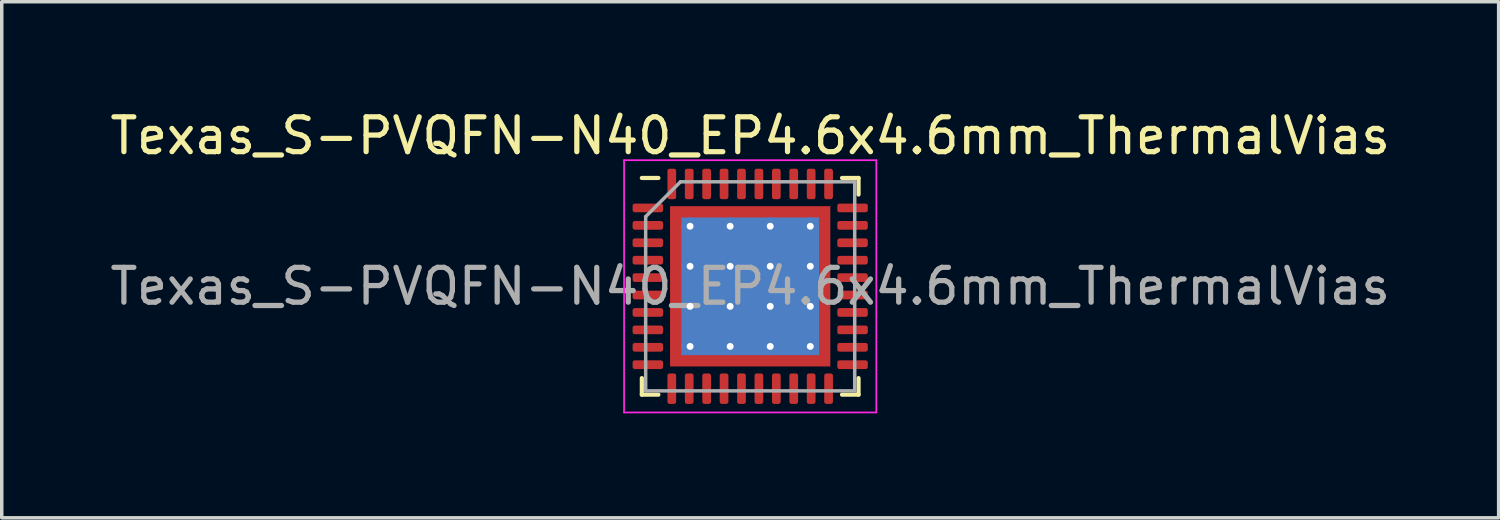
<source format=kicad_pcb>
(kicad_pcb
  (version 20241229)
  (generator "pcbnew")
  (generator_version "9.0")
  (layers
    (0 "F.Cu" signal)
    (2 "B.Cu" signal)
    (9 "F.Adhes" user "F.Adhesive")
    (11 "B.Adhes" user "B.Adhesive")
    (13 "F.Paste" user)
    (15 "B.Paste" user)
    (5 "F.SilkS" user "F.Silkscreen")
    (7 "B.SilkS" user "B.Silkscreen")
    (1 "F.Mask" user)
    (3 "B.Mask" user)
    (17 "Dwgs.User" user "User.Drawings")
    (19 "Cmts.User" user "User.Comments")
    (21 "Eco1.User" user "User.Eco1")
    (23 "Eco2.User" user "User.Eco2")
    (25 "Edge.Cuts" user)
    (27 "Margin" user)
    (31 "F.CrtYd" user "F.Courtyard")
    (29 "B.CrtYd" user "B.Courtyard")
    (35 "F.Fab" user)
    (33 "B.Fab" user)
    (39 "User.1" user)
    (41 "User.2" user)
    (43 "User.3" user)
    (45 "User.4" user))
  (footprint "Texas_S-PVQFN-N40_EP4.6x4.6mm_ThermalVias"
    (layer "F.Cu")
    (at 18.482 5.168)
    (property "Reference" "Texas_S-PVQFN-N40_EP4.6x4.6mm_ThermalVias" (at 0 -4.32 0) (layer "F.SilkS") (effects (font (size 1 1) (thickness 0.15))))
    (attr smd)
    (fp_line (start -3.11 3.11) (end -3.11 2.635) (stroke (width 0.12) (type solid)) (layer "F.SilkS"))
    (fp_line (start -2.635 -3.11) (end -3.11 -3.11) (stroke (width 0.12) (type solid)) (layer "F.SilkS"))
    (fp_line (start -2.635 3.11) (end -3.11 3.11) (stroke (width 0.12) (type solid)) (layer "F.SilkS"))
    (fp_line (start 2.635 -3.11) (end 3.11 -3.11) (stroke (width 0.12) (type solid)) (layer "F.SilkS"))
    (fp_line (start 2.635 3.11) (end 3.11 3.11) (stroke (width 0.12) (type solid)) (layer "F.SilkS"))
    (fp_line (start 3.11 -3.11) (end 3.11 -2.635) (stroke (width 0.12) (type solid)) (layer "F.SilkS"))
    (fp_line (start 3.11 3.11) (end 3.11 2.635) (stroke (width 0.12) (type solid)) (layer "F.SilkS"))
    (fp_line (start -3.62 -3.62) (end -3.62 3.62) (stroke (width 0.05) (type solid)) (layer "F.CrtYd"))
    (fp_line (start -3.62 3.62) (end 3.62 3.62) (stroke (width 0.05) (type solid)) (layer "F.CrtYd"))
    (fp_line (start 3.62 -3.62) (end -3.62 -3.62) (stroke (width 0.05) (type solid)) (layer "F.CrtYd"))
    (fp_line (start 3.62 3.62) (end 3.62 -3.62) (stroke (width 0.05) (type solid)) (layer "F.CrtYd"))
    (fp_line (start -3 -2) (end -2 -3) (stroke (width 0.1) (type solid)) (layer "F.Fab"))
    (fp_line (start -3 3) (end -3 -2) (stroke (width 0.1) (type solid)) (layer "F.Fab"))
    (fp_line (start -2 -3) (end 3 -3) (stroke (width 0.1) (type solid)) (layer "F.Fab"))
    (fp_line (start 3 -3) (end 3 3) (stroke (width 0.1) (type solid)) (layer "F.Fab"))
    (fp_line (start 3 3) (end -3 3) (stroke (width 0.1) (type solid)) (layer "F.Fab"))
    (fp_text user "${REFERENCE}" (at 0 0 0) (layer "F.Fab") (effects (font (size 1 1) (thickness 0.15))))
    (pad "" smd custom (at -2.013 -2.013) (size 0.342 0.342) (layers "F.Paste") (options (anchor circle)) (primitives (gr_poly (pts (xy -0.116 -0.116) (xy 0.116 -0.116) (xy 0.116 0.012) (xy 0.012 0.116) (xy -0.116 0.116)) (width 0.232) (fill yes))))
    (pad "" smd custom (at -2.013 -1.15) (size 0.382 0.382) (layers "F.Paste") (options (anchor circle)) (primitives (gr_poly (pts (xy -0.15 -0.382) (xy 0.082 -0.382) (xy 0.15 -0.314) (xy 0.15 0.314) (xy 0.082 0.382) (xy -0.15 0.382)) (width 0.164) (fill yes))))
    (pad "" smd custom (at -2.013 0) (size 0.382 0.382) (layers "F.Paste") (options (anchor circle)) (primitives (gr_poly (pts (xy -0.15 -0.382) (xy 0.082 -0.382) (xy 0.15 -0.314) (xy 0.15 0.314) (xy 0.082 0.382) (xy -0.15 0.382)) (width 0.164) (fill yes))))
    (pad "" smd custom (at -2.013 1.15) (size 0.382 0.382) (layers "F.Paste") (options (anchor circle)) (primitives (gr_poly (pts (xy -0.15 -0.382) (xy 0.082 -0.382) (xy 0.15 -0.314) (xy 0.15 0.314) (xy 0.082 0.382) (xy -0.15 0.382)) (width 0.164) (fill yes))))
    (pad "" smd custom (at -2.013 2.013) (size 0.342 0.342) (layers "F.Paste") (options (anchor circle)) (primitives (gr_poly (pts (xy -0.116 -0.116) (xy 0.012 -0.116) (xy 0.116 -0.012) (xy 0.116 0.116) (xy -0.116 0.116)) (width 0.232) (fill yes))))
    (pad "" smd custom (at -1.15 -2.013) (size 0.382 0.382) (layers "F.Paste") (options (anchor circle)) (primitives (gr_poly (pts (xy -0.382 -0.15) (xy 0.382 -0.15) (xy 0.382 0.082) (xy 0.314 0.15) (xy -0.314 0.15) (xy -0.382 0.082)) (width 0.164) (fill yes))))
    (pad "" smd roundrect (at -1.15 -1.15) (size 0.927 0.927) (layers "F.Paste") (roundrect_rratio 0.25))
    (pad "" smd roundrect (at -1.15 0) (size 0.927 0.927) (layers "F.Paste") (roundrect_rratio 0.25))
    (pad "" smd roundrect (at -1.15 1.15) (size 0.927 0.927) (layers "F.Paste") (roundrect_rratio 0.25))
    (pad "" smd custom (at -1.15 2.013) (size 0.382 0.382) (layers "F.Paste") (options (anchor circle)) (primitives (gr_poly (pts (xy -0.382 -0.082) (xy -0.314 -0.15) (xy 0.314 -0.15) (xy 0.382 -0.082) (xy 0.382 0.15) (xy -0.382 0.15)) (width 0.164) (fill yes))))
    (pad "" smd custom (at 0 -2.013) (size 0.382 0.382) (layers "F.Paste") (options (anchor circle)) (primitives (gr_poly (pts (xy -0.382 -0.15) (xy 0.382 -0.15) (xy 0.382 0.082) (xy 0.314 0.15) (xy -0.314 0.15) (xy -0.382 0.082)) (width 0.164) (fill yes))))
    (pad "" smd roundrect (at 0 -1.15) (size 0.927 0.927) (layers "F.Paste") (roundrect_rratio 0.25))
    (pad "" smd roundrect (at 0 0) (size 0.927 0.927) (layers "F.Paste") (roundrect_rratio 0.25))
    (pad "" smd roundrect (at 0 1.15) (size 0.927 0.927) (layers "F.Paste") (roundrect_rratio 0.25))
    (pad "" smd custom (at 0 2.013) (size 0.382 0.382) (layers "F.Paste") (options (anchor circle)) (primitives (gr_poly (pts (xy -0.382 -0.082) (xy -0.314 -0.15) (xy 0.314 -0.15) (xy 0.382 -0.082) (xy 0.382 0.15) (xy -0.382 0.15)) (width 0.164) (fill yes))))
    (pad "" smd custom (at 1.15 -2.013) (size 0.382 0.382) (layers "F.Paste") (options (anchor circle)) (primitives (gr_poly (pts (xy -0.382 -0.15) (xy 0.382 -0.15) (xy 0.382 0.082) (xy 0.314 0.15) (xy -0.314 0.15) (xy -0.382 0.082)) (width 0.164) (fill yes))))
    (pad "" smd roundrect (at 1.15 -1.15) (size 0.927 0.927) (layers "F.Paste") (roundrect_rratio 0.25))
    (pad "" smd roundrect (at 1.15 0) (size 0.927 0.927) (layers "F.Paste") (roundrect_rratio 0.25))
    (pad "" smd roundrect (at 1.15 1.15) (size 0.927 0.927) (layers "F.Paste") (roundrect_rratio 0.25))
    (pad "" smd custom (at 1.15 2.013) (size 0.382 0.382) (layers "F.Paste") (options (anchor circle)) (primitives (gr_poly (pts (xy -0.382 -0.082) (xy -0.314 -0.15) (xy 0.314 -0.15) (xy 0.382 -0.082) (xy 0.382 0.15) (xy -0.382 0.15)) (width 0.164) (fill yes))))
    (pad "" smd custom (at 2.013 -2.013) (size 0.342 0.342) (layers "F.Paste") (options (anchor circle)) (primitives (gr_poly (pts (xy -0.116 -0.116) (xy 0.116 -0.116) (xy 0.116 0.116) (xy -0.012 0.116) (xy -0.116 0.012)) (width 0.232) (fill yes))))
    (pad "" smd custom (at 2.013 -1.15) (size 0.382 0.382) (layers "F.Paste") (options (anchor circle)) (primitives (gr_poly (pts (xy -0.15 -0.314) (xy -0.082 -0.382) (xy 0.15 -0.382) (xy 0.15 0.382) (xy -0.082 0.382) (xy -0.15 0.314)) (width 0.164) (fill yes))))
    (pad "" smd custom (at 2.013 0) (size 0.382 0.382) (layers "F.Paste") (options (anchor circle)) (primitives (gr_poly (pts (xy -0.15 -0.314) (xy -0.082 -0.382) (xy 0.15 -0.382) (xy 0.15 0.382) (xy -0.082 0.382) (xy -0.15 0.314)) (width 0.164) (fill yes))))
    (pad "" smd custom (at 2.013 1.15) (size 0.382 0.382) (layers "F.Paste") (options (anchor circle)) (primitives (gr_poly (pts (xy -0.15 -0.314) (xy -0.082 -0.382) (xy 0.15 -0.382) (xy 0.15 0.382) (xy -0.082 0.382) (xy -0.15 0.314)) (width 0.164) (fill yes))))
    (pad "" smd custom (at 2.013 2.013) (size 0.342 0.342) (layers "F.Paste") (options (anchor circle)) (primitives (gr_poly (pts (xy -0.116 -0.012) (xy -0.012 -0.116) (xy 0.116 -0.116) (xy 0.116 0.116) (xy -0.116 0.116)) (width 0.232) (fill yes))))
    (pad "1" smd roundrect (at -2.938 -2.25) (size 0.875 0.25) (layers "F.Cu" "F.Mask" "F.Paste") (roundrect_rratio 0.25))
    (pad "2" smd roundrect (at -2.938 -1.75) (size 0.875 0.25) (layers "F.Cu" "F.Mask" "F.Paste") (roundrect_rratio 0.25))
    (pad "3" smd roundrect (at -2.938 -1.25) (size 0.875 0.25) (layers "F.Cu" "F.Mask" "F.Paste") (roundrect_rratio 0.25))
    (pad "4" smd roundrect (at -2.938 -0.75) (size 0.875 0.25) (layers "F.Cu" "F.Mask" "F.Paste") (roundrect_rratio 0.25))
    (pad "5" smd roundrect (at -2.938 -0.25) (size 0.875 0.25) (layers "F.Cu" "F.Mask" "F.Paste") (roundrect_rratio 0.25))
    (pad "6" smd roundrect (at -2.938 0.25) (size 0.875 0.25) (layers "F.Cu" "F.Mask" "F.Paste") (roundrect_rratio 0.25))
    (pad "7" smd roundrect (at -2.938 0.75) (size 0.875 0.25) (layers "F.Cu" "F.Mask" "F.Paste") (roundrect_rratio 0.25))
    (pad "8" smd roundrect (at -2.938 1.25) (size 0.875 0.25) (layers "F.Cu" "F.Mask" "F.Paste") (roundrect_rratio 0.25))
    (pad "9" smd roundrect (at -2.938 1.75) (size 0.875 0.25) (layers "F.Cu" "F.Mask" "F.Paste") (roundrect_rratio 0.25))
    (pad "10" smd roundrect (at -2.938 2.25) (size 0.875 0.25) (layers "F.Cu" "F.Mask" "F.Paste") (roundrect_rratio 0.25))
    (pad "11" smd roundrect (at -2.25 2.938) (size 0.25 0.875) (layers "F.Cu" "F.Mask" "F.Paste") (roundrect_rratio 0.25))
    (pad "12" smd roundrect (at -1.75 2.938) (size 0.25 0.875) (layers "F.Cu" "F.Mask" "F.Paste") (roundrect_rratio 0.25))
    (pad "13" smd roundrect (at -1.25 2.938) (size 0.25 0.875) (layers "F.Cu" "F.Mask" "F.Paste") (roundrect_rratio 0.25))
    (pad "14" smd roundrect (at -0.75 2.938) (size 0.25 0.875) (layers "F.Cu" "F.Mask" "F.Paste") (roundrect_rratio 0.25))
    (pad "15" smd roundrect (at -0.25 2.938) (size 0.25 0.875) (layers "F.Cu" "F.Mask" "F.Paste") (roundrect_rratio 0.25))
    (pad "16" smd roundrect (at 0.25 2.938) (size 0.25 0.875) (layers "F.Cu" "F.Mask" "F.Paste") (roundrect_rratio 0.25))
    (pad "17" smd roundrect (at 0.75 2.938) (size 0.25 0.875) (layers "F.Cu" "F.Mask" "F.Paste") (roundrect_rratio 0.25))
    (pad "18" smd roundrect (at 1.25 2.938) (size 0.25 0.875) (layers "F.Cu" "F.Mask" "F.Paste") (roundrect_rratio 0.25))
    (pad "19" smd roundrect (at 1.75 2.938) (size 0.25 0.875) (layers "F.Cu" "F.Mask" "F.Paste") (roundrect_rratio 0.25))
    (pad "20" smd roundrect (at 2.25 2.938) (size 0.25 0.875) (layers "F.Cu" "F.Mask" "F.Paste") (roundrect_rratio 0.25))
    (pad "21" smd roundrect (at 2.938 2.25) (size 0.875 0.25) (layers "F.Cu" "F.Mask" "F.Paste") (roundrect_rratio 0.25))
    (pad "22" smd roundrect (at 2.938 1.75) (size 0.875 0.25) (layers "F.Cu" "F.Mask" "F.Paste") (roundrect_rratio 0.25))
    (pad "23" smd roundrect (at 2.938 1.25) (size 0.875 0.25) (layers "F.Cu" "F.Mask" "F.Paste") (roundrect_rratio 0.25))
    (pad "24" smd roundrect (at 2.938 0.75) (size 0.875 0.25) (layers "F.Cu" "F.Mask" "F.Paste") (roundrect_rratio 0.25))
    (pad "25" smd roundrect (at 2.938 0.25) (size 0.875 0.25) (layers "F.Cu" "F.Mask" "F.Paste") (roundrect_rratio 0.25))
    (pad "26" smd roundrect (at 2.938 -0.25) (size 0.875 0.25) (layers "F.Cu" "F.Mask" "F.Paste") (roundrect_rratio 0.25))
    (pad "27" smd roundrect (at 2.938 -0.75) (size 0.875 0.25) (layers "F.Cu" "F.Mask" "F.Paste") (roundrect_rratio 0.25))
    (pad "28" smd roundrect (at 2.938 -1.25) (size 0.875 0.25) (layers "F.Cu" "F.Mask" "F.Paste") (roundrect_rratio 0.25))
    (pad "29" smd roundrect (at 2.938 -1.75) (size 0.875 0.25) (layers "F.Cu" "F.Mask" "F.Paste") (roundrect_rratio 0.25))
    (pad "30" smd roundrect (at 2.938 -2.25) (size 0.875 0.25) (layers "F.Cu" "F.Mask" "F.Paste") (roundrect_rratio 0.25))
    (pad "31" smd roundrect (at 2.25 -2.938) (size 0.25 0.875) (layers "F.Cu" "F.Mask" "F.Paste") (roundrect_rratio 0.25))
    (pad "32" smd roundrect (at 1.75 -2.938) (size 0.25 0.875) (layers "F.Cu" "F.Mask" "F.Paste") (roundrect_rratio 0.25))
    (pad "33" smd roundrect (at 1.25 -2.938) (size 0.25 0.875) (layers "F.Cu" "F.Mask" "F.Paste") (roundrect_rratio 0.25))
    (pad "34" smd roundrect (at 0.75 -2.938) (size 0.25 0.875) (layers "F.Cu" "F.Mask" "F.Paste") (roundrect_rratio 0.25))
    (pad "35" smd roundrect (at 0.25 -2.938) (size 0.25 0.875) (layers "F.Cu" "F.Mask" "F.Paste") (roundrect_rratio 0.25))
    (pad "36" smd roundrect (at -0.25 -2.938) (size 0.25 0.875) (layers "F.Cu" "F.Mask" "F.Paste") (roundrect_rratio 0.25))
    (pad "37" smd roundrect (at -0.75 -2.938) (size 0.25 0.875) (layers "F.Cu" "F.Mask" "F.Paste") (roundrect_rratio 0.25))
    (pad "38" smd roundrect (at -1.25 -2.938) (size 0.25 0.875) (layers "F.Cu" "F.Mask" "F.Paste") (roundrect_rratio 0.25))
    (pad "39" smd roundrect (at -1.75 -2.938) (size 0.25 0.875) (layers "F.Cu" "F.Mask" "F.Paste") (roundrect_rratio 0.25))
    (pad "40" smd roundrect (at -2.25 -2.938) (size 0.25 0.875) (layers "F.Cu" "F.Mask" "F.Paste") (roundrect_rratio 0.25))
    (pad "41" thru_hole circle (at -1.725 -1.725) (size 0.5 0.5) (drill 0.2) (layers "*.Cu"))
    (pad "41" thru_hole circle (at -1.725 -0.575) (size 0.5 0.5) (drill 0.2) (layers "*.Cu"))
    (pad "41" thru_hole circle (at -1.725 0.575) (size 0.5 0.5) (drill 0.2) (layers "*.Cu"))
    (pad "41" thru_hole circle (at -1.725 1.725) (size 0.5 0.5) (drill 0.2) (layers "*.Cu"))
    (pad "41" thru_hole circle (at -0.575 -1.725) (size 0.5 0.5) (drill 0.2) (layers "*.Cu"))
    (pad "41" thru_hole circle (at -0.575 -0.575) (size 0.5 0.5) (drill 0.2) (layers "*.Cu"))
    (pad "41" thru_hole circle (at -0.575 0.575) (size 0.5 0.5) (drill 0.2) (layers "*.Cu"))
    (pad "41" thru_hole circle (at -0.575 1.725) (size 0.5 0.5) (drill 0.2) (layers "*.Cu"))
    (pad "41" smd rect (at 0 0) (size 3.95 3.95) (layers "B.Cu"))
    (pad "41" smd rect (at 0 0) (size 4.6 4.6) (layers "F.Cu" "F.Mask"))
    (pad "41" thru_hole circle (at 0.575 -1.725) (size 0.5 0.5) (drill 0.2) (layers "*.Cu"))
    (pad "41" thru_hole circle (at 0.575 -0.575) (size 0.5 0.5) (drill 0.2) (layers "*.Cu"))
    (pad "41" thru_hole circle (at 0.575 0.575) (size 0.5 0.5) (drill 0.2) (layers "*.Cu"))
    (pad "41" thru_hole circle (at 0.575 1.725) (size 0.5 0.5) (drill 0.2) (layers "*.Cu"))
    (pad "41" thru_hole circle (at 1.725 -1.725) (size 0.5 0.5) (drill 0.2) (layers "*.Cu"))
    (pad "41" thru_hole circle (at 1.725 -0.575) (size 0.5 0.5) (drill 0.2) (layers "*.Cu"))
    (pad "41" thru_hole circle (at 1.725 0.575) (size 0.5 0.5) (drill 0.2) (layers "*.Cu"))
    (pad "41" thru_hole circle (at 1.725 1.725) (size 0.5 0.5) (drill 0.2) (layers "*.Cu")))
  (gr_rect
    (start -3 -3)
    (end 39.964 11.813)
    (stroke (width 0.1) (type default))
    (fill no)
    (layer "Edge.Cuts")))
</source>
